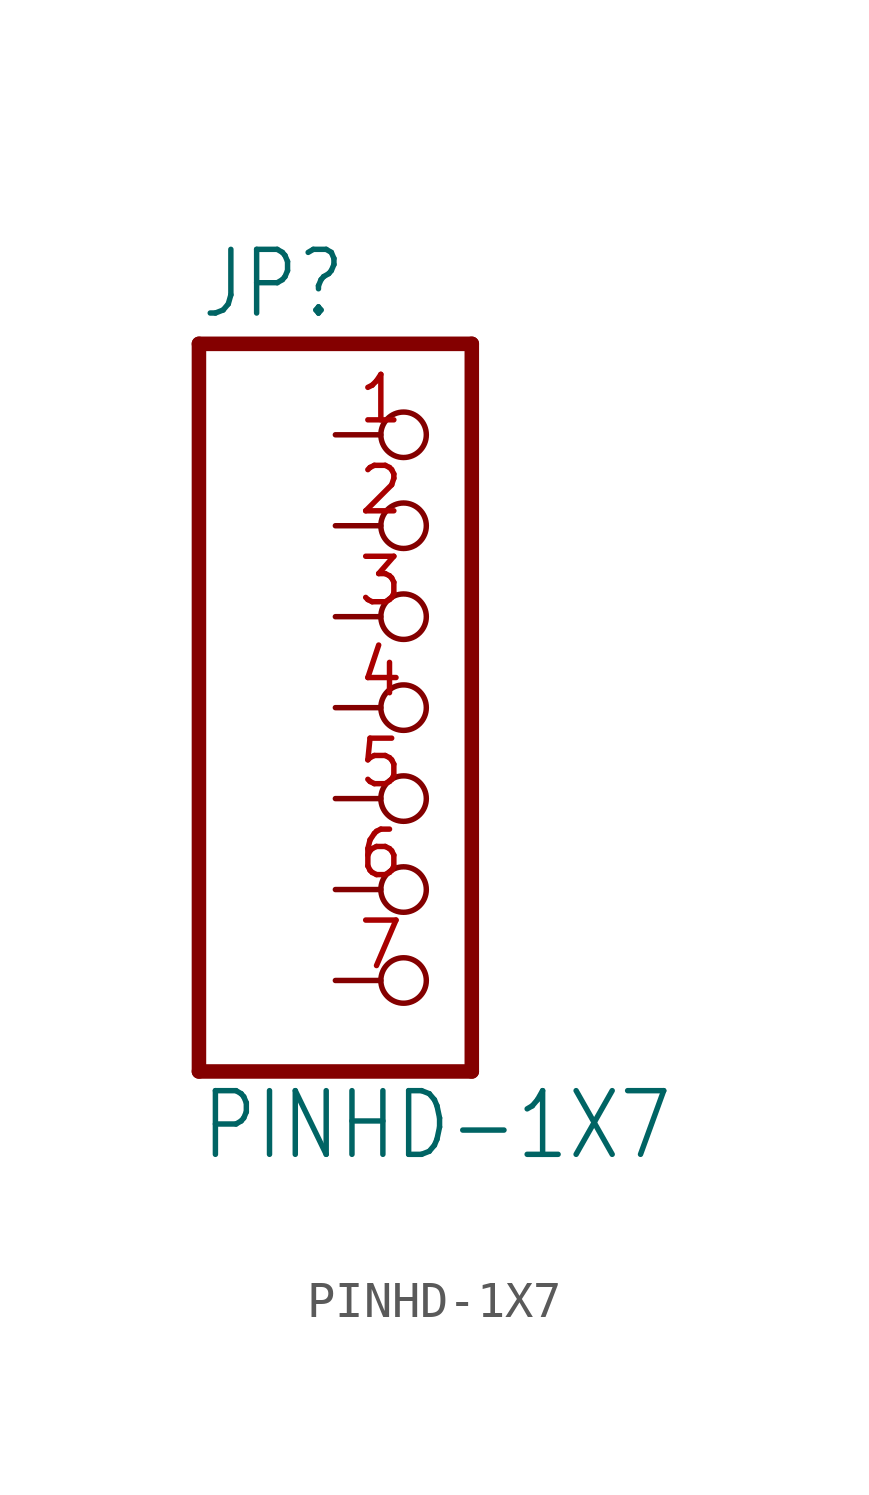
<source format=kicad_sym>
(kicad_symbol_lib
  (version 20211014)
  (generator kicad_symbol_editor)
  (symbol "PINHD-1X7"
    (property "Reference" "JP"
      (at -6.35 10.795 0)
      (effects (font (size 1.778 1.511)) (justify left bottom)))
    (property "Value" "PINHD-1X7"
      (at -6.35 -12.7 0)
      (effects (font (size 1.778 1.511)) (justify left bottom)))
    (property "ki_locked" ""
      (at 0 0 0)
      (effects (font (size 1.27 1.27))))
    (symbol "PINHD-1X7_1_0"
      (polyline (pts (xy -6.35 -10.16) (xy 1.27 -10.16)) (stroke (width 0.406) (type default) (color 0 0 0 0)) (fill (type none)))
      (polyline (pts (xy -6.35 10.16) (xy -6.35 -10.16)) (stroke (width 0.406) (type default) (color 0 0 0 0)) (fill (type none)))
      (polyline (pts (xy 1.27 -10.16) (xy 1.27 10.16)) (stroke (width 0.406) (type default) (color 0 0 0 0)) (fill (type none)))
      (polyline (pts (xy 1.27 10.16) (xy -6.35 10.16)) (stroke (width 0.406) (type default) (color 0 0 0 0)) (fill (type none)))
      (pin passive inverted (at -2.54 7.62 0) (length 2.54) (name "1" (effects (font (size 0 0)))) (number "1" (effects (font (size 1.27 1.27)))))
      (pin passive inverted (at -2.54 5.08 0) (length 2.54) (name "2" (effects (font (size 0 0)))) (number "2" (effects (font (size 1.27 1.27)))))
      (pin passive inverted (at -2.54 2.54 0) (length 2.54) (name "3" (effects (font (size 0 0)))) (number "3" (effects (font (size 1.27 1.27)))))
      (pin passive inverted (at -2.54 0 0) (length 2.54) (name "4" (effects (font (size 0 0)))) (number "4" (effects (font (size 1.27 1.27)))))
      (pin passive inverted (at -2.54 -2.54 0) (length 2.54) (name "5" (effects (font (size 0 0)))) (number "5" (effects (font (size 1.27 1.27)))))
      (pin passive inverted (at -2.54 -5.08 0) (length 2.54) (name "6" (effects (font (size 0 0)))) (number "6" (effects (font (size 1.27 1.27)))))
      (pin passive inverted (at -2.54 -7.62 0) (length 2.54) (name "7" (effects (font (size 0 0)))) (number "7" (effects (font (size 1.27 1.27))))))))
</source>
